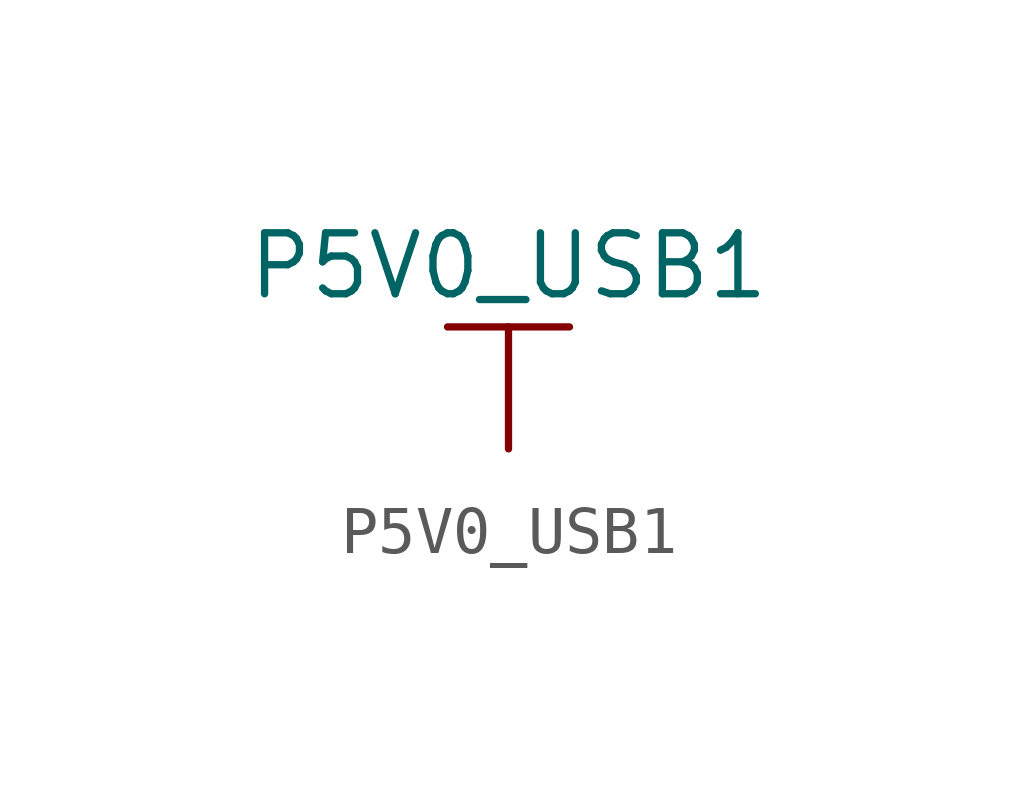
<source format=kicad_sym>
(kicad_symbol_lib
  (version 20211014)
  (generator kicad_symbol_editor)
  (symbol "P5V0_USB1"
    (power)
    (pin_names
      (offset 0))
    (property "Reference" "#PWR"
      (at 0 -3.81 0)
      (effects (font (size 1.27 1.27)) hide))
    (property "Value" "P5V0_USB1"
      (at 0 3.81 0)
      (effects (font (size 1.27 1.27))))
    (symbol "P5V0_USB1_0_1"
      (polyline (pts (xy -1.27 2.54) (xy 1.27 2.54)) (stroke (width 0.152) (type default) (color 0 0 0 0)) (fill (type none)))
      (polyline (pts (xy 0 0) (xy 0 2.54)) (stroke (width 0.152) (type default) (color 0 0 0 0)) (fill (type none))))
    (symbol "P5V0_USB1_1_1"
      (pin power_in line (at 0 0 90) (length 0) hide (name "P5V0_USB1" (effects (font (size 1.27 1.27)))) (number "1" (effects (font (size 1.27 1.27))))))))
</source>
